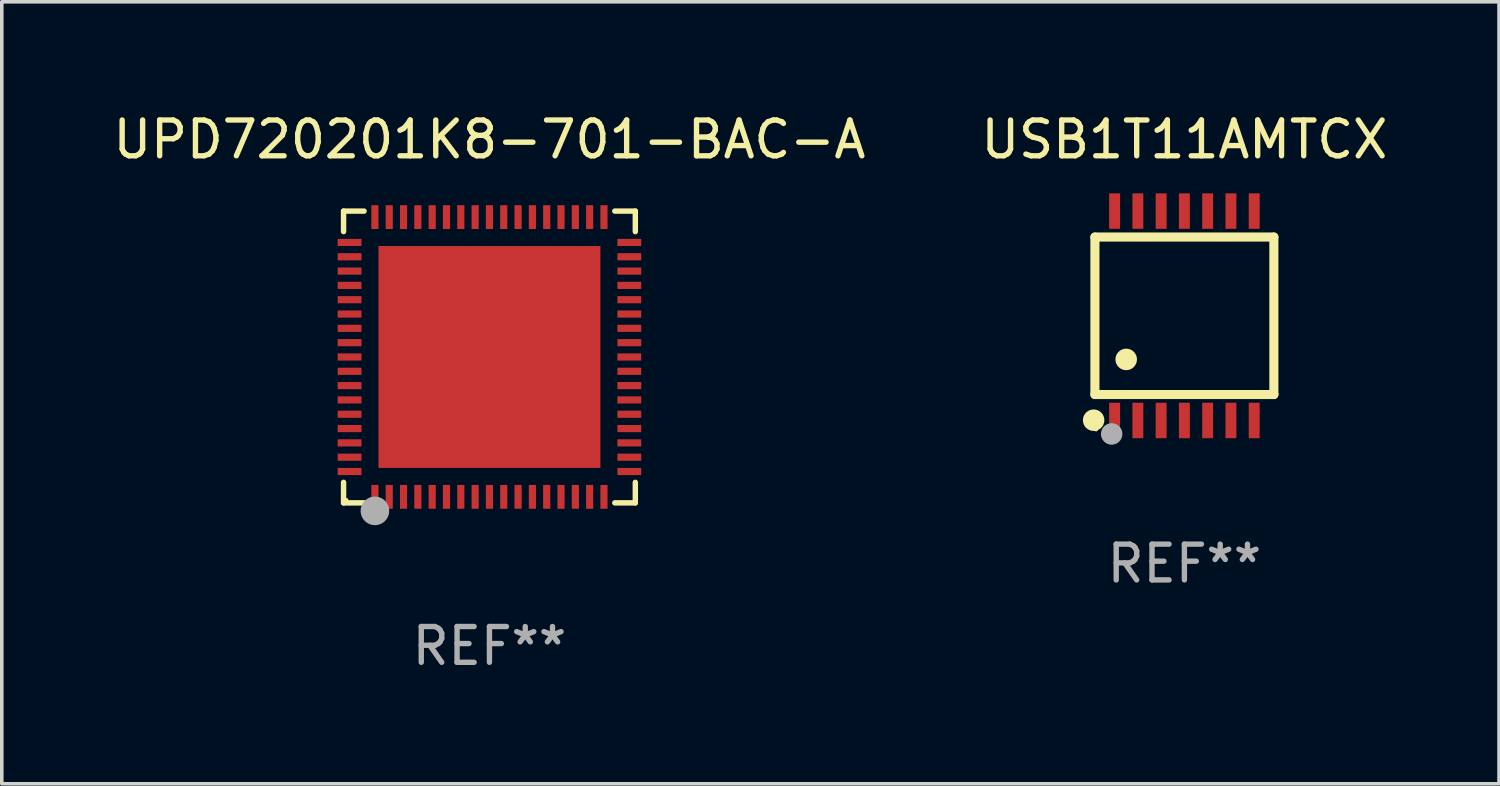
<source format=kicad_pcb>
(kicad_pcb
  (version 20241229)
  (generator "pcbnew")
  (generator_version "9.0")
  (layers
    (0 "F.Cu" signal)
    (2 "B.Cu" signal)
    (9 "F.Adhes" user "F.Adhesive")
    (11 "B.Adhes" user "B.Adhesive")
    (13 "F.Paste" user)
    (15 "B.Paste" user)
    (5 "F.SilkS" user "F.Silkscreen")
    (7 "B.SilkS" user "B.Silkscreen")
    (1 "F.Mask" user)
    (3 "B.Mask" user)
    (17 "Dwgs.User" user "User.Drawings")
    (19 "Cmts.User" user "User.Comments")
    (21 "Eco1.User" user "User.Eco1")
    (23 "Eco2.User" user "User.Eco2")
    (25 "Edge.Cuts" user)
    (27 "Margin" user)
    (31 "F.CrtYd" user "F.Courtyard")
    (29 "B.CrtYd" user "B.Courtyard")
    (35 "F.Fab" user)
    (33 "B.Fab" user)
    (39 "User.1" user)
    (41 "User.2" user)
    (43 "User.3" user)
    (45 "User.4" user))
  (footprint "USB1T11AMTCX"
    (layer "F.Cu")
    (at 30.042 5.773)
    (property "Reference" "USB1T11AMTCX" (at 0 -4.925 0) (layer "F.SilkS") (effects (font (size 1 1) (thickness 0.15))))
    (attr through_hole)
    (fp_line (start -2.5 2.2) (end -2.5 -2.2) (stroke (width 0.254) (type solid)) (layer "F.SilkS"))
    (fp_line (start -2.5 2.2) (end 2.5 2.2) (stroke (width 0.254) (type solid)) (layer "F.SilkS"))
    (fp_line (start 2.5 -2.2) (end -2.5 -2.2) (stroke (width 0.254) (type solid)) (layer "F.SilkS"))
    (fp_line (start 2.5 -2.2) (end 2.5 2.2) (stroke (width 0.254) (type solid)) (layer "F.SilkS"))
    (fp_circle (center -2.536 2.917) (end -2.386 2.917) (stroke (width 0.3) (type solid)) (fill no) (layer "F.SilkS"))
    (fp_circle (center -2.47 3.17) (end -2.44 3.17) (stroke (width 0.06) (type solid)) (fill no) (layer "F.SilkS"))
    (fp_circle (center -1.626 1.219) (end -1.475 1.219) (stroke (width 0.3) (type solid)) (fill no) (layer "F.SilkS"))
    (fp_circle (center -2.032 3.302) (end -1.882 3.302) (stroke (width 0.3) (type solid)) (fill no) (layer "F.Fab"))
    (fp_text user "REF**" (at 0 6.925 0) (layer "F.Fab") (effects (font (size 1 1) (thickness 0.15))))
    (pad "1" smd rect (at -1.95 2.925) (size 0.305 0.991) (layers "F.Cu" "F.Mask" "F.Paste"))
    (pad "2" smd rect (at -1.3 2.925) (size 0.305 0.991) (layers "F.Cu" "F.Mask" "F.Paste"))
    (pad "3" smd rect (at -0.65 2.925) (size 0.305 0.991) (layers "F.Cu" "F.Mask" "F.Paste"))
    (pad "4" smd rect (at 0 2.925) (size 0.305 0.991) (layers "F.Cu" "F.Mask" "F.Paste"))
    (pad "5" smd rect (at 0.65 2.925) (size 0.305 0.991) (layers "F.Cu" "F.Mask" "F.Paste"))
    (pad "6" smd rect (at 1.3 2.925) (size 0.305 0.991) (layers "F.Cu" "F.Mask" "F.Paste"))
    (pad "7" smd rect (at 1.95 2.925) (size 0.305 0.991) (layers "F.Cu" "F.Mask" "F.Paste"))
    (pad "8" smd rect (at 1.95 -2.925) (size 0.305 0.991) (layers "F.Cu" "F.Mask" "F.Paste"))
    (pad "9" smd rect (at 1.3 -2.925) (size 0.305 0.991) (layers "F.Cu" "F.Mask" "F.Paste"))
    (pad "10" smd rect (at 0.65 -2.925) (size 0.305 0.991) (layers "F.Cu" "F.Mask" "F.Paste"))
    (pad "11" smd rect (at 0 -2.925) (size 0.305 0.991) (layers "F.Cu" "F.Mask" "F.Paste"))
    (pad "12" smd rect (at -0.65 -2.925) (size 0.305 0.991) (layers "F.Cu" "F.Mask" "F.Paste"))
    (pad "13" smd rect (at -1.3 -2.925) (size 0.305 0.991) (layers "F.Cu" "F.Mask" "F.Paste"))
    (pad "14" smd rect (at -1.95 -2.925) (size 0.305 0.991) (layers "F.Cu" "F.Mask" "F.Paste")))
  (footprint "UPD720201K8-701-BAC-A"
    (layer "F.Cu")
    (at 10.625 6.924)
    (property "Reference" "UPD720201K8-701-BAC-A" (at 0 -6.076 0) (layer "F.SilkS") (effects (font (size 1 1) (thickness 0.15))))
    (attr through_hole)
    (fp_line (start -4.076 -4.076) (end -3.503 -4.076) (stroke (width 0.152) (type solid)) (layer "F.SilkS"))
    (fp_line (start -4.076 -3.503) (end -4.076 -4.076) (stroke (width 0.152) (type solid)) (layer "F.SilkS"))
    (fp_line (start -4.076 3.503) (end -4.076 4.076) (stroke (width 0.152) (type solid)) (layer "F.SilkS"))
    (fp_line (start -4.076 4.076) (end -3.503 4.076) (stroke (width 0.152) (type solid)) (layer "F.SilkS"))
    (fp_line (start 4.076 -4.076) (end 3.503 -4.076) (stroke (width 0.152) (type solid)) (layer "F.SilkS"))
    (fp_line (start 4.076 -3.503) (end 4.076 -4.076) (stroke (width 0.152) (type solid)) (layer "F.SilkS"))
    (fp_line (start 4.076 3.503) (end 4.076 4.076) (stroke (width 0.152) (type solid)) (layer "F.SilkS"))
    (fp_line (start 4.076 4.076) (end 3.503 4.076) (stroke (width 0.152) (type solid)) (layer "F.SilkS"))
    (fp_circle (center -4 4) (end -3.97 4) (stroke (width 0.06) (type solid)) (fill no) (layer "F.SilkS"))
    (fp_circle (center -3.2 4.54) (end -3.125 4.54) (stroke (width 0.15) (type solid)) (fill no) (layer "F.SilkS"))
    (fp_circle (center -3.2 4.3) (end -3 4.3) (stroke (width 0.4) (type solid)) (fill no) (layer "F.Fab"))
    (fp_text user "REF**" (at 0 8.076 0) (layer "F.Fab") (effects (font (size 1 1) (thickness 0.15))))
    (pad "1" smd rect (at -3.2 3.908) (size 0.2 0.665) (layers "F.Cu" "F.Mask" "F.Paste"))
    (pad "2" smd rect (at -2.8 3.908) (size 0.2 0.665) (layers "F.Cu" "F.Mask" "F.Paste"))
    (pad "3" smd rect (at -2.4 3.908) (size 0.2 0.665) (layers "F.Cu" "F.Mask" "F.Paste"))
    (pad "4" smd rect (at -2 3.908) (size 0.2 0.665) (layers "F.Cu" "F.Mask" "F.Paste"))
    (pad "5" smd rect (at -1.6 3.908) (size 0.2 0.665) (layers "F.Cu" "F.Mask" "F.Paste"))
    (pad "6" smd rect (at -1.2 3.908) (size 0.2 0.665) (layers "F.Cu" "F.Mask" "F.Paste"))
    (pad "7" smd rect (at -0.8 3.908) (size 0.2 0.665) (layers "F.Cu" "F.Mask" "F.Paste"))
    (pad "8" smd rect (at -0.4 3.908) (size 0.2 0.665) (layers "F.Cu" "F.Mask" "F.Paste"))
    (pad "9" smd rect (at 0 3.908) (size 0.2 0.665) (layers "F.Cu" "F.Mask" "F.Paste"))
    (pad "10" smd rect (at 0.4 3.908) (size 0.2 0.665) (layers "F.Cu" "F.Mask" "F.Paste"))
    (pad "11" smd rect (at 0.8 3.908) (size 0.2 0.665) (layers "F.Cu" "F.Mask" "F.Paste"))
    (pad "12" smd rect (at 1.2 3.908) (size 0.2 0.665) (layers "F.Cu" "F.Mask" "F.Paste"))
    (pad "13" smd rect (at 1.6 3.908) (size 0.2 0.665) (layers "F.Cu" "F.Mask" "F.Paste"))
    (pad "14" smd rect (at 2 3.908) (size 0.2 0.665) (layers "F.Cu" "F.Mask" "F.Paste"))
    (pad "15" smd rect (at 2.4 3.908) (size 0.2 0.665) (layers "F.Cu" "F.Mask" "F.Paste"))
    (pad "16" smd rect (at 2.8 3.908) (size 0.2 0.665) (layers "F.Cu" "F.Mask" "F.Paste"))
    (pad "17" smd rect (at 3.2 3.908) (size 0.2 0.665) (layers "F.Cu" "F.Mask" "F.Paste"))
    (pad "18" smd rect (at 3.908 3.2) (size 0.665 0.2) (layers "F.Cu" "F.Mask" "F.Paste"))
    (pad "19" smd rect (at 3.908 2.8) (size 0.665 0.2) (layers "F.Cu" "F.Mask" "F.Paste"))
    (pad "20" smd rect (at 3.908 2.4) (size 0.665 0.2) (layers "F.Cu" "F.Mask" "F.Paste"))
    (pad "21" smd rect (at 3.908 2) (size 0.665 0.2) (layers "F.Cu" "F.Mask" "F.Paste"))
    (pad "22" smd rect (at 3.908 1.6) (size 0.665 0.2) (layers "F.Cu" "F.Mask" "F.Paste"))
    (pad "23" smd rect (at 3.908 1.2) (size 0.665 0.2) (layers "F.Cu" "F.Mask" "F.Paste"))
    (pad "24" smd rect (at 3.908 0.8) (size 0.665 0.2) (layers "F.Cu" "F.Mask" "F.Paste"))
    (pad "25" smd rect (at 3.908 0.4) (size 0.665 0.2) (layers "F.Cu" "F.Mask" "F.Paste"))
    (pad "26" smd rect (at 3.908 0) (size 0.665 0.2) (layers "F.Cu" "F.Mask" "F.Paste"))
    (pad "27" smd rect (at 3.908 -0.4) (size 0.665 0.2) (layers "F.Cu" "F.Mask" "F.Paste"))
    (pad "28" smd rect (at 3.908 -0.8) (size 0.665 0.2) (layers "F.Cu" "F.Mask" "F.Paste"))
    (pad "29" smd rect (at 3.908 -1.2) (size 0.665 0.2) (layers "F.Cu" "F.Mask" "F.Paste"))
    (pad "30" smd rect (at 3.908 -1.6) (size 0.665 0.2) (layers "F.Cu" "F.Mask" "F.Paste"))
    (pad "31" smd rect (at 3.908 -2) (size 0.665 0.2) (layers "F.Cu" "F.Mask" "F.Paste"))
    (pad "32" smd rect (at 3.908 -2.4) (size 0.665 0.2) (layers "F.Cu" "F.Mask" "F.Paste"))
    (pad "33" smd rect (at 3.908 -2.8) (size 0.665 0.2) (layers "F.Cu" "F.Mask" "F.Paste"))
    (pad "34" smd rect (at 3.908 -3.2) (size 0.665 0.2) (layers "F.Cu" "F.Mask" "F.Paste"))
    (pad "35" smd rect (at 3.2 -3.908) (size 0.2 0.665) (layers "F.Cu" "F.Mask" "F.Paste"))
    (pad "36" smd rect (at 2.8 -3.908) (size 0.2 0.665) (layers "F.Cu" "F.Mask" "F.Paste"))
    (pad "37" smd rect (at 2.4 -3.908) (size 0.2 0.665) (layers "F.Cu" "F.Mask" "F.Paste"))
    (pad "38" smd rect (at 2 -3.908) (size 0.2 0.665) (layers "F.Cu" "F.Mask" "F.Paste"))
    (pad "39" smd rect (at 1.6 -3.908) (size 0.2 0.665) (layers "F.Cu" "F.Mask" "F.Paste"))
    (pad "40" smd rect (at 1.2 -3.908) (size 0.2 0.665) (layers "F.Cu" "F.Mask" "F.Paste"))
    (pad "41" smd rect (at 0.8 -3.908) (size 0.2 0.665) (layers "F.Cu" "F.Mask" "F.Paste"))
    (pad "42" smd rect (at 0.4 -3.908) (size 0.2 0.665) (layers "F.Cu" "F.Mask" "F.Paste"))
    (pad "43" smd rect (at 0 -3.908) (size 0.2 0.665) (layers "F.Cu" "F.Mask" "F.Paste"))
    (pad "44" smd rect (at -0.4 -3.908) (size 0.2 0.665) (layers "F.Cu" "F.Mask" "F.Paste"))
    (pad "45" smd rect (at -0.8 -3.908) (size 0.2 0.665) (layers "F.Cu" "F.Mask" "F.Paste"))
    (pad "46" smd rect (at -1.2 -3.908) (size 0.2 0.665) (layers "F.Cu" "F.Mask" "F.Paste"))
    (pad "47" smd rect (at -1.6 -3.908) (size 0.2 0.665) (layers "F.Cu" "F.Mask" "F.Paste"))
    (pad "48" smd rect (at -2 -3.908) (size 0.2 0.665) (layers "F.Cu" "F.Mask" "F.Paste"))
    (pad "49" smd rect (at -2.4 -3.908) (size 0.2 0.665) (layers "F.Cu" "F.Mask" "F.Paste"))
    (pad "50" smd rect (at -2.8 -3.908) (size 0.2 0.665) (layers "F.Cu" "F.Mask" "F.Paste"))
    (pad "51" smd rect (at -3.2 -3.908) (size 0.2 0.665) (layers "F.Cu" "F.Mask" "F.Paste"))
    (pad "52" smd rect (at -3.908 -3.2) (size 0.665 0.2) (layers "F.Cu" "F.Mask" "F.Paste"))
    (pad "53" smd rect (at -3.908 -2.8) (size 0.665 0.2) (layers "F.Cu" "F.Mask" "F.Paste"))
    (pad "54" smd rect (at -3.908 -2.4) (size 0.665 0.2) (layers "F.Cu" "F.Mask" "F.Paste"))
    (pad "55" smd rect (at -3.908 -2) (size 0.665 0.2) (layers "F.Cu" "F.Mask" "F.Paste"))
    (pad "56" smd rect (at -3.908 -1.6) (size 0.665 0.2) (layers "F.Cu" "F.Mask" "F.Paste"))
    (pad "57" smd rect (at -3.908 -1.2) (size 0.665 0.2) (layers "F.Cu" "F.Mask" "F.Paste"))
    (pad "58" smd rect (at -3.908 -0.8) (size 0.665 0.2) (layers "F.Cu" "F.Mask" "F.Paste"))
    (pad "59" smd rect (at -3.908 -0.4) (size 0.665 0.2) (layers "F.Cu" "F.Mask" "F.Paste"))
    (pad "60" smd rect (at -3.908 0) (size 0.665 0.2) (layers "F.Cu" "F.Mask" "F.Paste"))
    (pad "61" smd rect (at -3.908 0.4) (size 0.665 0.2) (layers "F.Cu" "F.Mask" "F.Paste"))
    (pad "62" smd rect (at -3.908 0.8) (size 0.665 0.2) (layers "F.Cu" "F.Mask" "F.Paste"))
    (pad "63" smd rect (at -3.908 1.2) (size 0.665 0.2) (layers "F.Cu" "F.Mask" "F.Paste"))
    (pad "64" smd rect (at -3.908 1.6) (size 0.665 0.2) (layers "F.Cu" "F.Mask" "F.Paste"))
    (pad "65" smd rect (at -3.908 2) (size 0.665 0.2) (layers "F.Cu" "F.Mask" "F.Paste"))
    (pad "66" smd rect (at -3.908 2.4) (size 0.665 0.2) (layers "F.Cu" "F.Mask" "F.Paste"))
    (pad "67" smd rect (at -3.908 2.8) (size 0.665 0.2) (layers "F.Cu" "F.Mask" "F.Paste"))
    (pad "68" smd rect (at -3.908 3.2) (size 0.665 0.2) (layers "F.Cu" "F.Mask" "F.Paste"))
    (pad "69" smd rect (at 0 0) (size 6.2 6.2) (layers "F.Cu" "F.Mask" "F.Paste")))
  (gr_rect
    (start -3 -3)
    (end 38.833 18.849)
    (stroke (width 0.1) (type default))
    (fill no)
    (layer "Edge.Cuts")))
</source>
